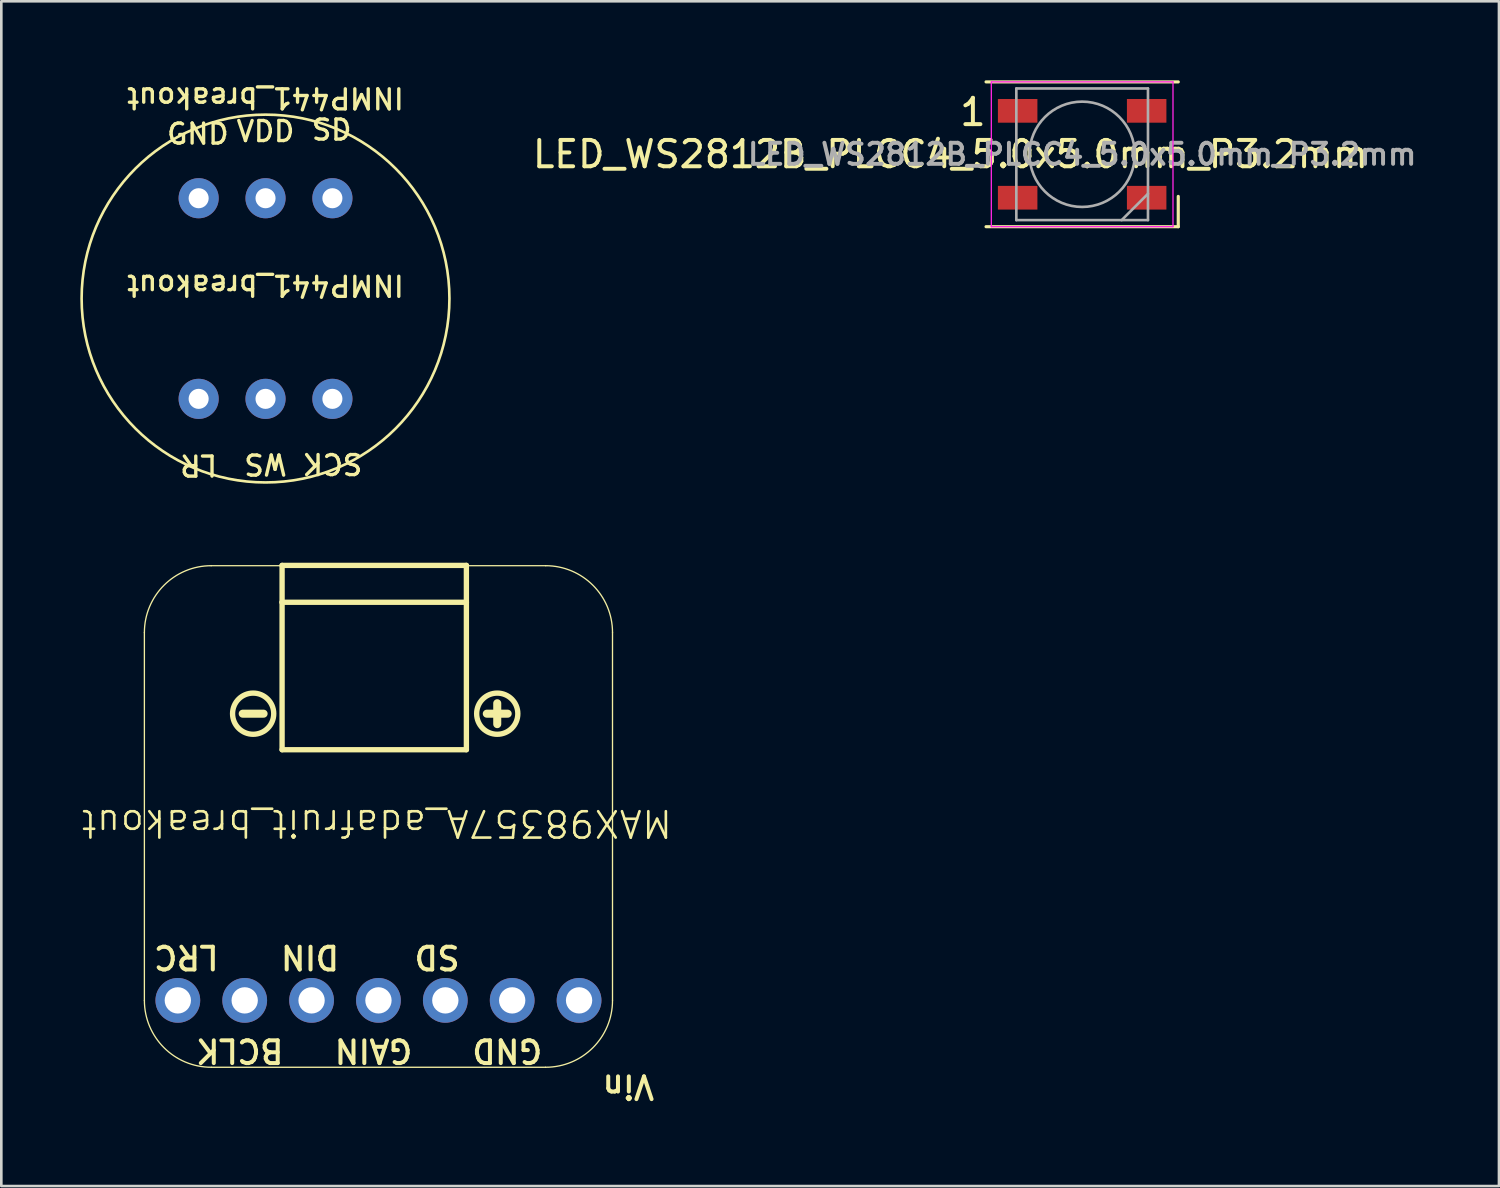
<source format=kicad_pcb>
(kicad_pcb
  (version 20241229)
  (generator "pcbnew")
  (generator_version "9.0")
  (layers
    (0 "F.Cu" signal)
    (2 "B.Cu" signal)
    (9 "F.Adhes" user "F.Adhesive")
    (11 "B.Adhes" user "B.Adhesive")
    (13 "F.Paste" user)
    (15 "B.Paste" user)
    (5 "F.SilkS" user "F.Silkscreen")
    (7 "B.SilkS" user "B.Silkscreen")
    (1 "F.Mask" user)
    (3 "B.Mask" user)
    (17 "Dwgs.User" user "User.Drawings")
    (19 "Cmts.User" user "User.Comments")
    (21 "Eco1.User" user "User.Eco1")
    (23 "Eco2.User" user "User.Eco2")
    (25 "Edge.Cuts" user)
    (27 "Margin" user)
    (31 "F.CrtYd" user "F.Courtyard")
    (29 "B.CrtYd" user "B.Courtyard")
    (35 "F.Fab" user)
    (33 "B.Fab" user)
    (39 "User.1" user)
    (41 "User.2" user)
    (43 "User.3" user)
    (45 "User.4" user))
  (footprint "INMP441_breakout"
    (layer "F.Cu")
    (at 7.035 8.289)
    (property "Reference" "INMP441_breakout" (at 0 -0.5 180) (unlocked yes) (layer "F.SilkS") (effects (font (size 0.762 0.762) (thickness 0.127))))
    (attr through_hole)
    (fp_circle (center 0 0) (end 6.985 0) (stroke (width 0.1) (type default)) (fill no) (layer "F.SilkS"))
    (fp_text user "VDD" (at 0 -5.901 0) (unlocked yes) (layer "F.SilkS") (effects (font (size 0.762 0.762) (thickness 0.127)) (justify bottom)))
    (fp_text user "SCK" (at 2.54 5.825 180) (unlocked yes) (layer "F.SilkS") (effects (font (size 0.762 0.762) (thickness 0.127)) (justify bottom)))
    (fp_text user "GND" (at -2.57 -5.805 0) (unlocked yes) (layer "F.SilkS") (effects (font (size 0.762 0.762) (thickness 0.127)) (justify bottom)))
    (fp_text user "SD" (at 2.513 -5.958 0) (unlocked yes) (layer "F.SilkS") (effects (font (size 0.762 0.762) (thickness 0.127)) (justify bottom)))
    (fp_text user "WS" (at 0 5.844 180) (unlocked yes) (layer "F.SilkS") (effects (font (size 0.762 0.762) (thickness 0.127)) (justify bottom)))
    (fp_text user "LR" (at -2.54 5.882 180) (unlocked yes) (layer "F.SilkS") (effects (font (size 0.762 0.762) (thickness 0.127)) (justify bottom)))
    (fp_text user "${REFERENCE}" (at 0 -7.62 180) (unlocked yes) (layer "F.SilkS") (effects (font (size 0.762 0.762) (thickness 0.127))))
    (pad "1" thru_hole circle (at -2.54 3.81 180) (size 1.524 1.524) (drill 0.762) (layers "*.Cu" "*.Mask"))
    (pad "2" thru_hole circle (at 0 3.81 180) (size 1.524 1.524) (drill 0.762) (layers "*.Cu" "*.Mask"))
    (pad "3" thru_hole circle (at 2.54 3.81 180) (size 1.524 1.524) (drill 0.762) (layers "*.Cu" "*.Mask"))
    (pad "4" thru_hole circle (at 2.54 -3.81 180) (size 1.524 1.524) (drill 0.762) (layers "*.Cu" "*.Mask"))
    (pad "5" thru_hole circle (at 0 -3.81 180) (size 1.524 1.524) (drill 0.762) (layers "*.Cu" "*.Mask"))
    (pad "6" thru_hole circle (at -2.54 -3.81 180) (size 1.524 1.524) (drill 0.762) (layers "*.Cu" "*.Mask")))
  (footprint "MAX98357A_adafruit_breakout"
    (layer "F.Cu")
    (at 11.264 27.965)
    (property "Reference" "MAX98357A_adafruit_breakout" (at 0 0.254 180) (unlocked yes) (layer "F.SilkS") (effects (font (size 1 1) (thickness 0.1))))
    (attr through_hole)
    (fp_line (start -8.83 6.981) (end -8.83 -6.989) (stroke (width 0.05) (type solid)) (layer "F.SilkS"))
    (fp_line (start -6.29 -9.529) (end 6.41 -9.529) (stroke (width 0.05) (type solid)) (layer "F.SilkS"))
    (fp_line (start -5.096 -3.908) (end -4.302 -3.908) (stroke (width 0.305) (type solid)) (layer "F.SilkS"))
    (fp_line (start -3.6 -9.54) (end -3.6 -8.14) (stroke (width 0.203) (type solid)) (layer "F.SilkS"))
    (fp_line (start -3.6 -8.14) (end -3.6 -2.54) (stroke (width 0.203) (type solid)) (layer "F.SilkS"))
    (fp_line (start -3.6 -2.54) (end 3.4 -2.54) (stroke (width 0.203) (type solid)) (layer "F.SilkS"))
    (fp_line (start 3.4 -9.54) (end -3.6 -9.54) (stroke (width 0.203) (type solid)) (layer "F.SilkS"))
    (fp_line (start 3.4 -8.14) (end -3.6 -8.14) (stroke (width 0.203) (type solid)) (layer "F.SilkS"))
    (fp_line (start 3.4 -8.14) (end 3.4 -9.54) (stroke (width 0.203) (type solid)) (layer "F.SilkS"))
    (fp_line (start 3.4 -2.54) (end 3.4 -8.14) (stroke (width 0.203) (type solid)) (layer "F.SilkS"))
    (fp_line (start 4.572 -4.305) (end 4.572 -3.511) (stroke (width 0.305) (type solid)) (layer "F.SilkS"))
    (fp_line (start 4.969 -3.908) (end 4.175 -3.908) (stroke (width 0.305) (type solid)) (layer "F.SilkS"))
    (fp_line (start 6.41 9.521) (end -6.29 9.521) (stroke (width 0.05) (type solid)) (layer "F.SilkS"))
    (fp_line (start 8.95 -6.989) (end 8.95 6.981) (stroke (width 0.05) (type solid)) (layer "F.SilkS"))
    (fp_arc (start -8.829716 -6.988937) (mid -8.085767 -8.784988) (end -6.289716 -9.528937) (stroke (width 0.05) (type solid)) (layer "F.SilkS"))
    (fp_arc (start -6.289716 9.521063) (mid -8.085767 8.777114) (end -8.829716 6.981063) (stroke (width 0.05) (type solid)) (layer "F.SilkS"))
    (fp_arc (start 6.410284 -9.528937) (mid 8.206341 -8.784993) (end 8.950284 -6.988937) (stroke (width 0.05) (type solid)) (layer "F.SilkS"))
    (fp_arc (start 8.950284 6.981063) (mid 8.206334 8.777114) (end 6.410284 9.521063) (stroke (width 0.05) (type solid)) (layer "F.SilkS"))
    (fp_circle (center -4.699 -3.908) (end -5.481 -3.908) (stroke (width 0.203) (type solid)) (fill no) (layer "F.SilkS"))
    (fp_circle (center 4.572 -3.908) (end 5.354 -3.908) (stroke (width 0.203) (type solid)) (fill no) (layer "F.SilkS"))
    (fp_text user "SD" (at 2.286 5.334 180) (unlocked yes) (layer "F.SilkS") (effects (font (size 0.864 0.864) (thickness 0.152))))
    (fp_text user "DIN" (at -2.54 5.334 180) (unlocked yes) (layer "F.SilkS") (effects (font (size 0.864 0.864) (thickness 0.152))))
    (fp_text user "GAIN" (at -0.127 8.89 180) (unlocked yes) (layer "F.SilkS") (effects (font (size 0.864 0.864) (thickness 0.152))))
    (fp_text user "GND" (at 4.953 8.89 180) (unlocked yes) (layer "F.SilkS") (effects (font (size 0.864 0.864) (thickness 0.152))))
    (fp_text user "BCLK" (at -5.207 8.89 180) (unlocked yes) (layer "F.SilkS") (effects (font (size 0.864 0.864) (thickness 0.152))))
    (fp_text user "Vin" (at 9.549 10.259 180) (unlocked yes) (layer "F.SilkS") (effects (font (size 0.864 0.864) (thickness 0.152))))
    (fp_text user "LRC" (at -7.239 5.334 180) (unlocked yes) (layer "F.SilkS") (effects (font (size 0.864 0.864) (thickness 0.152))))
    (pad "1" thru_hole circle (at 7.68 6.981 90) (size 1.7 1.7) (drill 1) (layers "*.Cu" "*.Mask"))
    (pad "2" thru_hole circle (at 5.14 6.981 90) (size 1.7 1.7) (drill 1) (layers "*.Cu" "*.Mask"))
    (pad "3" thru_hole circle (at 2.6 6.981 90) (size 1.7 1.7) (drill 1) (layers "*.Cu" "*.Mask"))
    (pad "4" thru_hole circle (at 0.06 6.981 90) (size 1.7 1.7) (drill 1) (layers "*.Cu" "*.Mask"))
    (pad "5" thru_hole circle (at -2.48 6.981 90) (size 1.7 1.7) (drill 1) (layers "*.Cu" "*.Mask"))
    (pad "6" thru_hole circle (at -5.02 6.981 90) (size 1.7 1.7) (drill 1) (layers "*.Cu" "*.Mask"))
    (pad "7" thru_hole circle (at -7.56 6.981 90) (size 1.7 1.7) (drill 1) (layers "*.Cu" "*.Mask")))
  (footprint "LED_WS2812B_PLCC4_5.0x5.0mm_P3.2mm"
    (layer "F.Cu")
    (at 38.052 2.81)
    (property "Reference" "LED_WS2812B_PLCC4_5.0x5.0mm_P3.2mm" (at -5 0 0) (layer "F.SilkS") (effects (font (size 1 1) (thickness 0.15))))
    (attr smd)
    (fp_line (start -3.65 -2.75) (end 3.65 -2.75) (stroke (width 0.12) (type solid)) (layer "F.SilkS"))
    (fp_line (start -3.65 2.75) (end 3.65 2.75) (stroke (width 0.12) (type solid)) (layer "F.SilkS"))
    (fp_line (start 3.65 2.75) (end 3.65 1.6) (stroke (width 0.12) (type solid)) (layer "F.SilkS"))
    (fp_line (start -3.45 -2.75) (end -3.45 2.75) (stroke (width 0.05) (type solid)) (layer "F.CrtYd"))
    (fp_line (start -3.45 2.75) (end 3.45 2.75) (stroke (width 0.05) (type solid)) (layer "F.CrtYd"))
    (fp_line (start 3.45 -2.75) (end -3.45 -2.75) (stroke (width 0.05) (type solid)) (layer "F.CrtYd"))
    (fp_line (start 3.45 2.75) (end 3.45 -2.75) (stroke (width 0.05) (type solid)) (layer "F.CrtYd"))
    (fp_line (start -2.5 -2.5) (end -2.5 2.5) (stroke (width 0.1) (type solid)) (layer "F.Fab"))
    (fp_line (start -2.5 2.5) (end 2.5 2.5) (stroke (width 0.1) (type solid)) (layer "F.Fab"))
    (fp_line (start 2.5 -2.5) (end -2.5 -2.5) (stroke (width 0.1) (type solid)) (layer "F.Fab"))
    (fp_line (start 2.5 1.5) (end 1.5 2.5) (stroke (width 0.1) (type solid)) (layer "F.Fab"))
    (fp_line (start 2.5 2.5) (end 2.5 -2.5) (stroke (width 0.1) (type solid)) (layer "F.Fab"))
    (fp_circle (center 0 0) (end 0 -2) (stroke (width 0.1) (type solid)) (fill no) (layer "F.Fab"))
    (fp_text user "1" (at -4.15 -1.6 0) (layer "F.SilkS") (effects (font (size 1 1) (thickness 0.15))))
    (fp_text user "${REFERENCE}" (at 0 0 0) (layer "F.Fab") (effects (font (size 0.8 0.8) (thickness 0.15))))
    (pad "1" smd rect (at -2.45 -1.65 180) (size 1.5 0.9) (layers "F.Cu" "F.Mask" "F.Paste"))
    (pad "2" smd rect (at -2.45 1.65 180) (size 1.5 0.9) (layers "F.Cu" "F.Mask" "F.Paste"))
    (pad "3" smd rect (at 2.45 1.65 180) (size 1.5 0.9) (layers "F.Cu" "F.Mask" "F.Paste"))
    (pad "4" smd rect (at 2.45 -1.65 180) (size 1.5 0.9) (layers "F.Cu" "F.Mask" "F.Paste")))
  (gr_rect
    (start -3 -3)
    (end 53.883 41.997)
    (stroke (width 0.1) (type default))
    (fill no)
    (layer "Edge.Cuts")))
</source>
